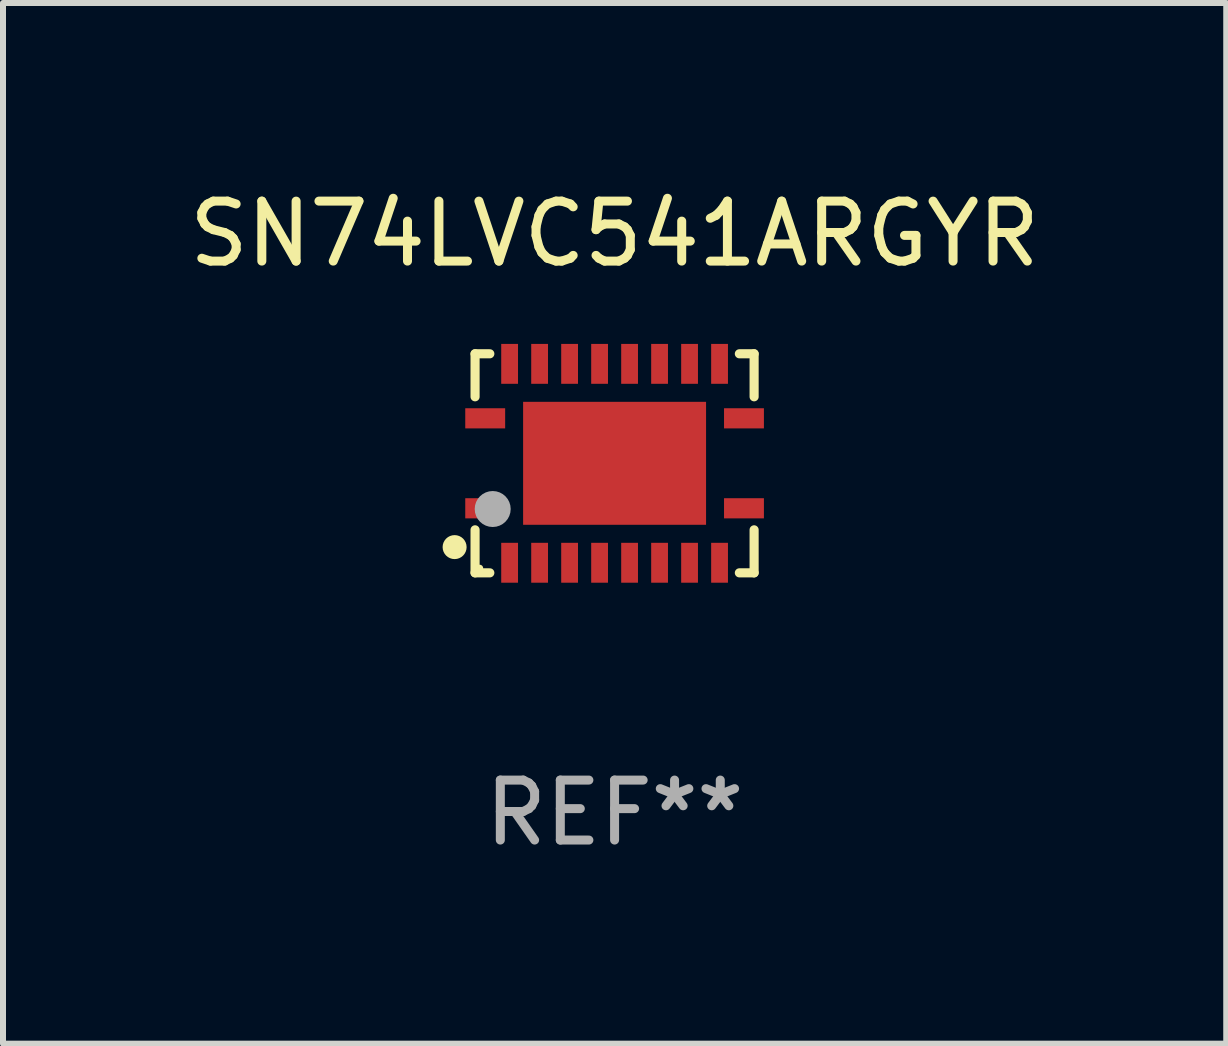
<source format=kicad_pcb>
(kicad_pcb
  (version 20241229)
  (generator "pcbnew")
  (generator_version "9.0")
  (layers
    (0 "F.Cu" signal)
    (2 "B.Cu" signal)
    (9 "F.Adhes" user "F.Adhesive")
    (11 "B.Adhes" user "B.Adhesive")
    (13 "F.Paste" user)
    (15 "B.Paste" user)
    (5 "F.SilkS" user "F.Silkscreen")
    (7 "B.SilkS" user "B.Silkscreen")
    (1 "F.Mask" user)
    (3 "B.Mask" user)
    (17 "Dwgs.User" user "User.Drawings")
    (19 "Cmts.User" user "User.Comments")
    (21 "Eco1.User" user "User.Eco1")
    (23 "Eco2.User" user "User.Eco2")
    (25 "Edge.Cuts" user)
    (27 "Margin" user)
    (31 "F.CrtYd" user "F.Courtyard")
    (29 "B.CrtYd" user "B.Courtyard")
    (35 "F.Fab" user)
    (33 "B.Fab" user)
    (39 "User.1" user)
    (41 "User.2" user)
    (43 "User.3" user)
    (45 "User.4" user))
  (footprint "SN74LVC541ARGYR"
    (layer "F.Cu")
    (at 7.196 4.674)
    (property "Reference" "SN74LVC541ARGYR" (at 0 -3.826 0) (layer "F.SilkS") (effects (font (size 1 1) (thickness 0.15))))
    (attr through_hole)
    (fp_line (start -2.326 -1.826) (end -2.08 -1.826) (stroke (width 0.152) (type solid)) (layer "F.SilkS"))
    (fp_line (start -2.326 -1.109) (end -2.326 -1.826) (stroke (width 0.152) (type solid)) (layer "F.SilkS"))
    (fp_line (start -2.326 1.109) (end -2.326 1.826) (stroke (width 0.152) (type solid)) (layer "F.SilkS"))
    (fp_line (start -2.326 1.826) (end -2.08 1.826) (stroke (width 0.152) (type solid)) (layer "F.SilkS"))
    (fp_line (start 2.326 -1.826) (end 2.08 -1.826) (stroke (width 0.152) (type solid)) (layer "F.SilkS"))
    (fp_line (start 2.326 -1.109) (end 2.326 -1.826) (stroke (width 0.152) (type solid)) (layer "F.SilkS"))
    (fp_line (start 2.326 1.109) (end 2.326 1.826) (stroke (width 0.152) (type solid)) (layer "F.SilkS"))
    (fp_line (start 2.326 1.826) (end 2.08 1.826) (stroke (width 0.152) (type solid)) (layer "F.SilkS"))
    (fp_circle (center -2.667 1.397) (end -2.567 1.397) (stroke (width 0.2) (type solid)) (fill no) (layer "F.SilkS"))
    (fp_circle (center -2.25 1.75) (end -2.22 1.75) (stroke (width 0.06) (type solid)) (fill no) (layer "F.SilkS"))
    (fp_circle (center -2.032 0.762) (end -1.882 0.762) (stroke (width 0.3) (type solid)) (fill no) (layer "F.Fab"))
    (fp_text user "REF**" (at 0 5.826 0) (layer "F.Fab") (effects (font (size 1 1) (thickness 0.15))))
    (pad "1" smd rect (at -2.157 0.75) (size 0.665 0.336) (layers "F.Cu" "F.Mask" "F.Paste"))
    (pad "2" smd rect (at -1.75 1.658) (size 0.28 0.665) (layers "F.Cu" "F.Mask" "F.Paste"))
    (pad "3" smd rect (at -1.25 1.658) (size 0.28 0.665) (layers "F.Cu" "F.Mask" "F.Paste"))
    (pad "4" smd rect (at -0.75 1.658) (size 0.28 0.665) (layers "F.Cu" "F.Mask" "F.Paste"))
    (pad "5" smd rect (at -0.25 1.658) (size 0.28 0.665) (layers "F.Cu" "F.Mask" "F.Paste"))
    (pad "6" smd rect (at 0.25 1.658) (size 0.28 0.665) (layers "F.Cu" "F.Mask" "F.Paste"))
    (pad "7" smd rect (at 0.75 1.658) (size 0.28 0.665) (layers "F.Cu" "F.Mask" "F.Paste"))
    (pad "8" smd rect (at 1.25 1.658) (size 0.28 0.665) (layers "F.Cu" "F.Mask" "F.Paste"))
    (pad "9" smd rect (at 1.75 1.658) (size 0.28 0.665) (layers "F.Cu" "F.Mask" "F.Paste"))
    (pad "10" smd rect (at 2.157 0.75) (size 0.665 0.336) (layers "F.Cu" "F.Mask" "F.Paste"))
    (pad "11" smd rect (at 2.157 -0.75) (size 0.665 0.336) (layers "F.Cu" "F.Mask" "F.Paste"))
    (pad "12" smd rect (at 1.75 -1.658) (size 0.28 0.665) (layers "F.Cu" "F.Mask" "F.Paste"))
    (pad "13" smd rect (at 1.25 -1.658) (size 0.28 0.665) (layers "F.Cu" "F.Mask" "F.Paste"))
    (pad "14" smd rect (at 0.75 -1.658) (size 0.28 0.665) (layers "F.Cu" "F.Mask" "F.Paste"))
    (pad "15" smd rect (at 0.25 -1.658) (size 0.28 0.665) (layers "F.Cu" "F.Mask" "F.Paste"))
    (pad "16" smd rect (at -0.25 -1.658) (size 0.28 0.665) (layers "F.Cu" "F.Mask" "F.Paste"))
    (pad "17" smd rect (at -0.75 -1.658) (size 0.28 0.665) (layers "F.Cu" "F.Mask" "F.Paste"))
    (pad "18" smd rect (at -1.25 -1.658) (size 0.28 0.665) (layers "F.Cu" "F.Mask" "F.Paste"))
    (pad "19" smd rect (at -1.75 -1.658) (size 0.28 0.665) (layers "F.Cu" "F.Mask" "F.Paste"))
    (pad "20" smd rect (at -2.157 -0.75) (size 0.665 0.336) (layers "F.Cu" "F.Mask" "F.Paste"))
    (pad "21" smd rect (at 0 0) (size 3.05 2.05) (layers "F.Cu" "F.Mask" "F.Paste")))
  (gr_rect
    (start -3 -3)
    (end 17.393 14.349)
    (stroke (width 0.1) (type default))
    (fill no)
    (layer "Edge.Cuts")))
</source>
